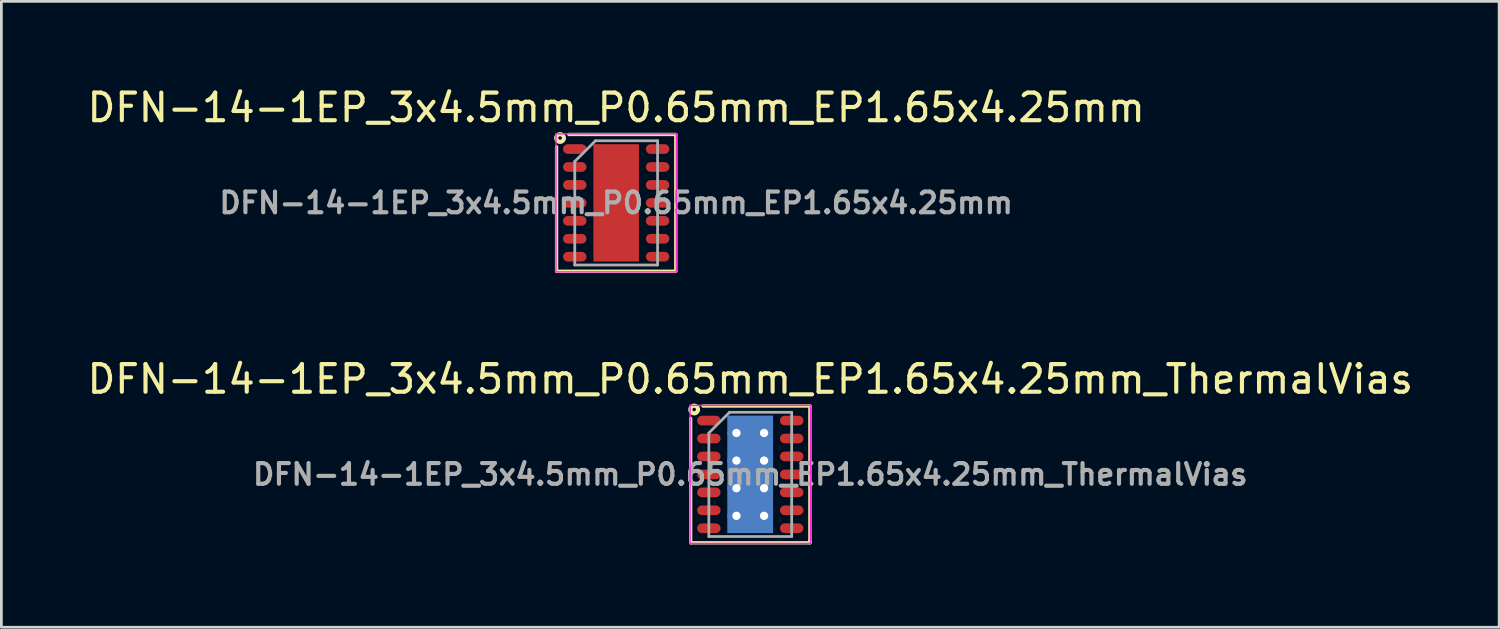
<source format=kicad_pcb>
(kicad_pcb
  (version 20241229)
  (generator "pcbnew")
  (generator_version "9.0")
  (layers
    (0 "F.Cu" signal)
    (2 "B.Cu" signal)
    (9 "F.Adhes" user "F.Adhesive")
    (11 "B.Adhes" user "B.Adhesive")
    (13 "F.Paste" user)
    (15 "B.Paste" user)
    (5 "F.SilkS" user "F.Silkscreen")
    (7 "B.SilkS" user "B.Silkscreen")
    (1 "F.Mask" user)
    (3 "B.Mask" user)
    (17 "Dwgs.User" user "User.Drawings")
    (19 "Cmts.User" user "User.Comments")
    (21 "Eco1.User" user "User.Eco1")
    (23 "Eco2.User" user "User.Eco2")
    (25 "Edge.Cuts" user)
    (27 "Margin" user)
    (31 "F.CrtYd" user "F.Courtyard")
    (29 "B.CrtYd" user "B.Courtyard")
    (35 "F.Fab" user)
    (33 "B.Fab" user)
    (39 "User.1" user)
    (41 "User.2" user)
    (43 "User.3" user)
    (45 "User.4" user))
  (footprint "DFN-14-1EP_3x4.5mm_P0.65mm_EP1.65x4.25mm"
    (layer "F.Cu")
    (at 19.268 4.298)
    (property "Reference" "DFN-14-1EP_3x4.5mm_P0.65mm_EP1.65x4.25mm" (at 0 -3.45 0) (layer "F.SilkS") (effects (font (size 1 1) (thickness 0.15))))
    (attr smd)
    (fp_line (start -2.159 2.477) (end -2.159 -2.032) (stroke (width 0.12) (type solid)) (layer "F.SilkS"))
    (fp_line (start 2.159 -2.477) (end -1.714 -2.477) (stroke (width 0.12) (type solid)) (layer "F.SilkS"))
    (fp_line (start 2.159 -2.477) (end 2.159 2.477) (stroke (width 0.12) (type solid)) (layer "F.SilkS"))
    (fp_line (start 2.159 2.477) (end -2.159 2.477) (stroke (width 0.12) (type solid)) (layer "F.SilkS"))
    (fp_circle (center -2.032 -2.349) (end -1.968 -2.349) (stroke (width 0.15) (type solid)) (fill no) (layer "F.SilkS"))
    (fp_line (start -2.18 -2.5) (end -2.18 2.5) (stroke (width 0.05) (type solid)) (layer "F.CrtYd"))
    (fp_line (start -2.18 2.5) (end 2.18 2.5) (stroke (width 0.05) (type solid)) (layer "F.CrtYd"))
    (fp_line (start 2.18 -2.5) (end -2.18 -2.5) (stroke (width 0.05) (type solid)) (layer "F.CrtYd"))
    (fp_line (start 2.18 2.5) (end 2.18 -2.5) (stroke (width 0.05) (type solid)) (layer "F.CrtYd"))
    (fp_line (start -1.5 2.25) (end -1.5 -1.5) (stroke (width 0.1) (type solid)) (layer "F.Fab"))
    (fp_line (start -1.5 2.25) (end 1.5 2.25) (stroke (width 0.1) (type solid)) (layer "F.Fab"))
    (fp_line (start -0.75 -2.25) (end -1.5 -1.5) (stroke (width 0.1) (type solid)) (layer "F.Fab"))
    (fp_line (start 1.5 -2.25) (end -0.75 -2.25) (stroke (width 0.1) (type solid)) (layer "F.Fab"))
    (fp_line (start 1.5 2.25) (end 1.5 -2.25) (stroke (width 0.1) (type solid)) (layer "F.Fab"))
    (fp_text user "${REFERENCE}" (at 0 0 0) (layer "F.Fab") (effects (font (size 0.75 0.75) (thickness 0.15))))
    (pad "" smd rect (at -0.412 -1.594) (size 0.66 0.85) (layers "F.Paste"))
    (pad "" smd rect (at -0.412 -0.531) (size 0.66 0.85) (layers "F.Paste"))
    (pad "" smd rect (at -0.412 0.531) (size 0.66 0.85) (layers "F.Paste"))
    (pad "" smd rect (at -0.412 1.594) (size 0.66 0.85) (layers "F.Paste"))
    (pad "" smd rect (at 0.412 -1.594) (size 0.66 0.85) (layers "F.Paste"))
    (pad "" smd rect (at 0.412 -0.531) (size 0.66 0.85) (layers "F.Paste"))
    (pad "" smd rect (at 0.412 0.531) (size 0.66 0.85) (layers "F.Paste"))
    (pad "" smd rect (at 0.412 1.594) (size 0.66 0.85) (layers "F.Paste"))
    (pad "1" smd oval (at -1.5 -1.95) (size 0.85 0.35) (layers "F.Cu" "F.Mask" "F.Paste"))
    (pad "2" smd oval (at -1.5 -1.3) (size 0.85 0.35) (layers "F.Cu" "F.Mask" "F.Paste"))
    (pad "3" smd oval (at -1.5 -0.65) (size 0.85 0.35) (layers "F.Cu" "F.Mask" "F.Paste"))
    (pad "4" smd oval (at -1.5 0) (size 0.85 0.35) (layers "F.Cu" "F.Mask" "F.Paste"))
    (pad "5" smd oval (at -1.5 0.65) (size 0.85 0.35) (layers "F.Cu" "F.Mask" "F.Paste"))
    (pad "6" smd oval (at -1.5 1.3) (size 0.85 0.35) (layers "F.Cu" "F.Mask" "F.Paste"))
    (pad "7" smd oval (at -1.5 1.95) (size 0.85 0.35) (layers "F.Cu" "F.Mask" "F.Paste"))
    (pad "8" smd oval (at 1.5 1.95) (size 0.85 0.35) (layers "F.Cu" "F.Mask" "F.Paste"))
    (pad "9" smd oval (at 1.5 1.3) (size 0.85 0.35) (layers "F.Cu" "F.Mask" "F.Paste"))
    (pad "10" smd oval (at 1.5 0.65) (size 0.85 0.35) (layers "F.Cu" "F.Mask" "F.Paste"))
    (pad "11" smd oval (at 1.5 0) (size 0.85 0.35) (layers "F.Cu" "F.Mask" "F.Paste"))
    (pad "12" smd oval (at 1.5 -0.65) (size 0.85 0.35) (layers "F.Cu" "F.Mask" "F.Paste"))
    (pad "13" smd oval (at 1.5 -1.3) (size 0.85 0.35) (layers "F.Cu" "F.Mask" "F.Paste"))
    (pad "14" smd oval (at 1.5 -1.95) (size 0.85 0.35) (layers "F.Cu" "F.Mask" "F.Paste"))
    (pad "15" smd rect (at 0 0) (size 1.65 4.25) (layers "F.Cu" "F.Mask")))
  (footprint "DFN-14-1EP_3x4.5mm_P0.65mm_EP1.65x4.25mm_ThermalVias"
    (layer "F.Cu")
    (at 24.125 14.133)
    (property "Reference" "DFN-14-1EP_3x4.5mm_P0.65mm_EP1.65x4.25mm_ThermalVias" (at 0 -3.45 0) (layer "F.SilkS") (effects (font (size 1 1) (thickness 0.15))))
    (attr smd)
    (fp_line (start -2.159 2.477) (end -2.159 -2.032) (stroke (width 0.12) (type solid)) (layer "F.SilkS"))
    (fp_line (start -1.714 -2.477) (end 2.159 -2.477) (stroke (width 0.12) (type solid)) (layer "F.SilkS"))
    (fp_line (start 2.159 -2.477) (end 2.159 2.413) (stroke (width 0.12) (type solid)) (layer "F.SilkS"))
    (fp_line (start 2.159 2.413) (end 2.159 2.477) (stroke (width 0.12) (type solid)) (layer "F.SilkS"))
    (fp_line (start 2.159 2.477) (end -2.159 2.477) (stroke (width 0.12) (type solid)) (layer "F.SilkS"))
    (fp_circle (center -2.032 -2.35) (end -1.968 -2.35) (stroke (width 0.15) (type solid)) (fill no) (layer "F.SilkS"))
    (fp_line (start -2.18 -2.5) (end -2.18 2.5) (stroke (width 0.05) (type solid)) (layer "F.CrtYd"))
    (fp_line (start -2.18 2.5) (end 2.18 2.5) (stroke (width 0.05) (type solid)) (layer "F.CrtYd"))
    (fp_line (start 2.18 -2.5) (end -2.18 -2.5) (stroke (width 0.05) (type solid)) (layer "F.CrtYd"))
    (fp_line (start 2.18 2.5) (end 2.18 -2.5) (stroke (width 0.05) (type solid)) (layer "F.CrtYd"))
    (fp_line (start -1.5 2.25) (end -1.5 -1.5) (stroke (width 0.1) (type solid)) (layer "F.Fab"))
    (fp_line (start -1.5 2.25) (end 1.5 2.25) (stroke (width 0.1) (type solid)) (layer "F.Fab"))
    (fp_line (start -0.75 -2.25) (end -1.5 -1.5) (stroke (width 0.1) (type solid)) (layer "F.Fab"))
    (fp_line (start 1.5 -2.25) (end -0.75 -2.25) (stroke (width 0.1) (type solid)) (layer "F.Fab"))
    (fp_line (start 1.5 2.25) (end 1.5 -2.25) (stroke (width 0.1) (type solid)) (layer "F.Fab"))
    (fp_text user "${REFERENCE}" (at 0 0 0) (layer "F.Fab") (effects (font (size 0.75 0.75) (thickness 0.15))))
    (pad "" smd rect (at 0 -1.9) (size 1.5 0.3) (layers "F.Paste"))
    (pad "" smd rect (at 0 -1.5) (size 0.5 0.5) (layers "F.Paste"))
    (pad "" smd rect (at 0 -1) (size 1.5 0.5) (layers "F.Paste"))
    (pad "" smd rect (at 0 -0.5) (size 0.5 0.5) (layers "F.Paste"))
    (pad "" smd rect (at 0 0) (size 1.5 0.5) (layers "F.Paste"))
    (pad "" smd rect (at 0 0.5) (size 0.5 0.5) (layers "F.Paste"))
    (pad "" smd rect (at 0 1) (size 1.5 0.5) (layers "F.Paste"))
    (pad "" smd rect (at 0 1.5) (size 0.5 0.5) (layers "F.Paste"))
    (pad "" smd rect (at 0 1.9) (size 1.5 0.3) (layers "F.Paste"))
    (pad "1" smd oval (at -1.5 -1.95) (size 0.85 0.35) (layers "F.Cu" "F.Mask" "F.Paste"))
    (pad "2" smd oval (at -1.5 -1.3) (size 0.85 0.35) (layers "F.Cu" "F.Mask" "F.Paste"))
    (pad "3" smd oval (at -1.5 -0.65) (size 0.85 0.35) (layers "F.Cu" "F.Mask" "F.Paste"))
    (pad "4" smd oval (at -1.5 0) (size 0.85 0.35) (layers "F.Cu" "F.Mask" "F.Paste"))
    (pad "5" smd oval (at -1.5 0.65) (size 0.85 0.35) (layers "F.Cu" "F.Mask" "F.Paste"))
    (pad "6" smd oval (at -1.5 1.3) (size 0.85 0.35) (layers "F.Cu" "F.Mask" "F.Paste"))
    (pad "7" smd oval (at -1.5 1.95) (size 0.85 0.35) (layers "F.Cu" "F.Mask" "F.Paste"))
    (pad "8" smd oval (at 1.5 1.95) (size 0.85 0.35) (layers "F.Cu" "F.Mask" "F.Paste"))
    (pad "9" smd oval (at 1.5 1.3) (size 0.85 0.35) (layers "F.Cu" "F.Mask" "F.Paste"))
    (pad "10" smd oval (at 1.5 0.65) (size 0.85 0.35) (layers "F.Cu" "F.Mask" "F.Paste"))
    (pad "11" smd oval (at 1.5 0) (size 0.85 0.35) (layers "F.Cu" "F.Mask" "F.Paste"))
    (pad "12" smd oval (at 1.5 -0.65) (size 0.85 0.35) (layers "F.Cu" "F.Mask" "F.Paste"))
    (pad "13" smd oval (at 1.5 -1.3) (size 0.85 0.35) (layers "F.Cu" "F.Mask" "F.Paste"))
    (pad "14" smd oval (at 1.5 -1.95) (size 0.85 0.35) (layers "F.Cu" "F.Mask" "F.Paste"))
    (pad "15" thru_hole circle (at -0.5 -1.5) (size 0.65 0.65) (drill 0.3) (layers "*.Cu" "*.Mask"))
    (pad "15" thru_hole circle (at -0.5 -0.5) (size 0.65 0.65) (drill 0.3) (layers "*.Cu" "*.Mask"))
    (pad "15" thru_hole circle (at -0.5 0.5) (size 0.65 0.65) (drill 0.3) (layers "*.Cu" "*.Mask"))
    (pad "15" thru_hole circle (at -0.5 1.5) (size 0.65 0.65) (drill 0.3) (layers "*.Cu" "*.Mask"))
    (pad "15" smd rect (at 0 0) (size 1.65 4.25) (layers "F.Cu" "F.Mask"))
    (pad "15" smd rect (at 0 0) (size 1.65 4.25) (layers "B.Cu" "B.Mask"))
    (pad "15" thru_hole circle (at 0.5 -1.5) (size 0.65 0.65) (drill 0.3) (layers "*.Cu" "*.Mask"))
    (pad "15" thru_hole circle (at 0.5 -0.5) (size 0.65 0.65) (drill 0.3) (layers "*.Cu" "*.Mask"))
    (pad "15" thru_hole circle (at 0.5 0.5) (size 0.65 0.65) (drill 0.3) (layers "*.Cu" "*.Mask"))
    (pad "15" thru_hole circle (at 0.5 1.5) (size 0.65 0.65) (drill 0.3) (layers "*.Cu" "*.Mask")))
  (gr_rect
    (start -3 -3)
    (end 51.25 19.669)
    (stroke (width 0.1) (type default))
    (fill no)
    (layer "Edge.Cuts")))
</source>
